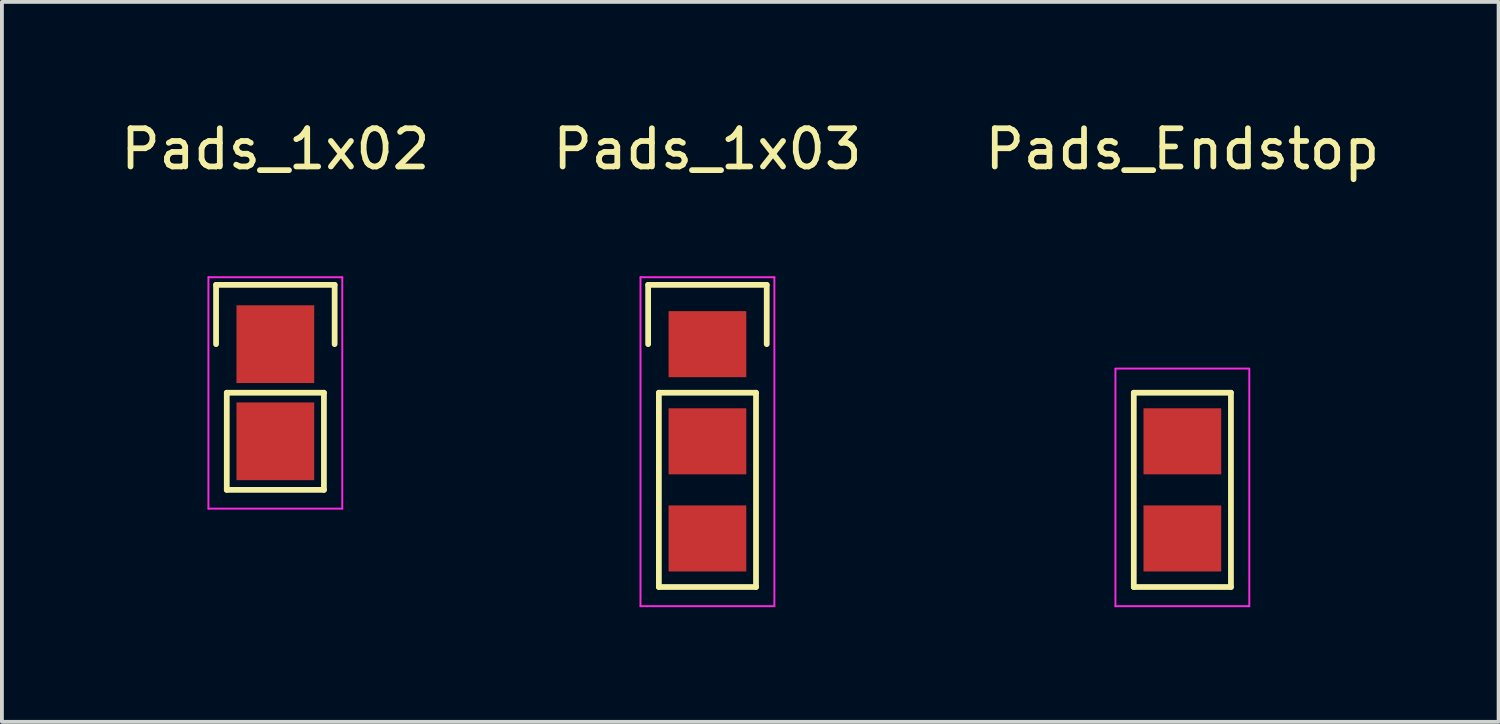
<source format=kicad_pcb>
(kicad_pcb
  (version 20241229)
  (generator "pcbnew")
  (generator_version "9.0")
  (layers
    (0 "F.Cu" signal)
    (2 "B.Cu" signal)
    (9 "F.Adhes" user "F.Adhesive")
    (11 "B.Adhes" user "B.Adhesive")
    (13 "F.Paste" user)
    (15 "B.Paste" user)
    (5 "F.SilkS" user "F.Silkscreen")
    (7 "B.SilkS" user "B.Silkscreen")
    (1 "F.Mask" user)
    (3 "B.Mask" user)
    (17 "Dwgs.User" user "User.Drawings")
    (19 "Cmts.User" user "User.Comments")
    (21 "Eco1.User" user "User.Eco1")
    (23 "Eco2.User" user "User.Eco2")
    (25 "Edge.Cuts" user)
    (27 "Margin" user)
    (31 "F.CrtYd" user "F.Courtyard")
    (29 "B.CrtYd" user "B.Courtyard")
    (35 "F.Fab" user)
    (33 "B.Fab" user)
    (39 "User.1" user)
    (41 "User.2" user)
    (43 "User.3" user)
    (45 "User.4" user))
  (footprint "Pads_1x03"
    (layer "F.Cu")
    (at 15.446 5.948)
    (property "Reference" "Pads_1x03" (at 0 -5.1 0) (layer "F.SilkS") (effects (font (size 1 1) (thickness 0.15))))
    (attr through_hole)
    (fp_line (start -1.55 -1.55) (end 1.55 -1.55) (stroke (width 0.15) (type solid)) (layer "F.SilkS"))
    (fp_line (start -1.55 0) (end -1.55 -1.55) (stroke (width 0.15) (type solid)) (layer "F.SilkS"))
    (fp_line (start -1.27 1.27) (end -1.27 6.35) (stroke (width 0.15) (type solid)) (layer "F.SilkS"))
    (fp_line (start -1.27 6.35) (end 1.27 6.35) (stroke (width 0.15) (type solid)) (layer "F.SilkS"))
    (fp_line (start 1.27 1.27) (end -1.27 1.27) (stroke (width 0.15) (type solid)) (layer "F.SilkS"))
    (fp_line (start 1.27 6.35) (end 1.27 1.27) (stroke (width 0.15) (type solid)) (layer "F.SilkS"))
    (fp_line (start 1.55 -1.55) (end 1.55 0) (stroke (width 0.15) (type solid)) (layer "F.SilkS"))
    (fp_line (start -1.75 -1.75) (end -1.75 6.85) (stroke (width 0.05) (type solid)) (layer "F.CrtYd"))
    (fp_line (start -1.75 -1.75) (end 1.75 -1.75) (stroke (width 0.05) (type solid)) (layer "F.CrtYd"))
    (fp_line (start -1.75 6.85) (end 1.75 6.85) (stroke (width 0.05) (type solid)) (layer "F.CrtYd"))
    (fp_line (start 1.75 -1.75) (end 1.75 6.85) (stroke (width 0.05) (type solid)) (layer "F.CrtYd"))
    (pad "1" smd rect (at 0 0) (size 2.032 1.727) (layers "F.Cu" "F.Mask" "F.Paste"))
    (pad "2" smd rect (at 0 2.54) (size 2.032 1.727) (layers "F.Cu" "F.Mask" "F.Paste"))
    (pad "3" smd rect (at 0 5.08) (size 2.032 1.727) (layers "F.Cu" "F.Mask" "F.Paste")))
  (footprint "Pads_1x02"
    (layer "F.Cu")
    (at 4.149 5.948)
    (property "Reference" "Pads_1x02" (at 0 -5.1 0) (layer "F.SilkS") (effects (font (size 1 1) (thickness 0.15))))
    (attr through_hole)
    (fp_line (start -1.55 -1.55) (end 1.55 -1.55) (stroke (width 0.15) (type solid)) (layer "F.SilkS"))
    (fp_line (start -1.55 0) (end -1.55 -1.55) (stroke (width 0.15) (type solid)) (layer "F.SilkS"))
    (fp_line (start -1.27 1.27) (end -1.27 3.81) (stroke (width 0.15) (type solid)) (layer "F.SilkS"))
    (fp_line (start -1.27 3.81) (end 1.27 3.81) (stroke (width 0.15) (type solid)) (layer "F.SilkS"))
    (fp_line (start 1.27 1.27) (end -1.27 1.27) (stroke (width 0.15) (type solid)) (layer "F.SilkS"))
    (fp_line (start 1.27 1.27) (end 1.27 3.81) (stroke (width 0.15) (type solid)) (layer "F.SilkS"))
    (fp_line (start 1.55 -1.55) (end 1.55 0) (stroke (width 0.15) (type solid)) (layer "F.SilkS"))
    (fp_line (start -1.75 -1.75) (end -1.75 4.3) (stroke (width 0.05) (type solid)) (layer "F.CrtYd"))
    (fp_line (start -1.75 -1.75) (end 1.75 -1.75) (stroke (width 0.05) (type solid)) (layer "F.CrtYd"))
    (fp_line (start -1.75 4.3) (end 1.75 4.3) (stroke (width 0.05) (type solid)) (layer "F.CrtYd"))
    (fp_line (start 1.75 -1.75) (end 1.75 4.3) (stroke (width 0.05) (type solid)) (layer "F.CrtYd"))
    (pad "1" smd rect (at 0 0) (size 2.032 2.032) (layers "F.Cu" "F.Mask" "F.Paste"))
    (pad "2" smd rect (at 0 2.54) (size 2.032 2.032) (layers "F.Cu" "F.Mask" "F.Paste")))
  (footprint "Pads_Endstop"
    (layer "F.Cu")
    (at 27.863 5.948)
    (property "Reference" "Pads_Endstop" (at 0 -5.1 0) (layer "F.SilkS") (effects (font (size 1 1) (thickness 0.15))))
    (attr through_hole)
    (fp_line (start -1.27 1.27) (end -1.27 6.35) (stroke (width 0.15) (type solid)) (layer "F.SilkS"))
    (fp_line (start -1.27 6.35) (end 1.27 6.35) (stroke (width 0.15) (type solid)) (layer "F.SilkS"))
    (fp_line (start 1.27 1.27) (end -1.27 1.27) (stroke (width 0.15) (type solid)) (layer "F.SilkS"))
    (fp_line (start 1.27 6.35) (end 1.27 1.27) (stroke (width 0.15) (type solid)) (layer "F.SilkS"))
    (fp_line (start -1.75 0.638) (end 1.75 0.638) (stroke (width 0.05) (type solid)) (layer "F.CrtYd"))
    (fp_line (start -1.75 0.65) (end -1.75 6.85) (stroke (width 0.05) (type solid)) (layer "F.CrtYd"))
    (fp_line (start -1.75 6.85) (end 1.75 6.85) (stroke (width 0.05) (type solid)) (layer "F.CrtYd"))
    (fp_line (start 1.75 0.65) (end 1.75 6.85) (stroke (width 0.05) (type solid)) (layer "F.CrtYd"))
    (pad "2" smd rect (at 0 2.54) (size 2.032 1.727) (layers "F.Cu" "F.Mask" "F.Paste"))
    (pad "3" smd rect (at 0 5.08) (size 2.032 1.727) (layers "F.Cu" "F.Mask" "F.Paste")))
  (gr_rect
    (start -3 -3)
    (end 36.131 15.823)
    (stroke (width 0.1) (type default))
    (fill no)
    (layer "Edge.Cuts")))
</source>
